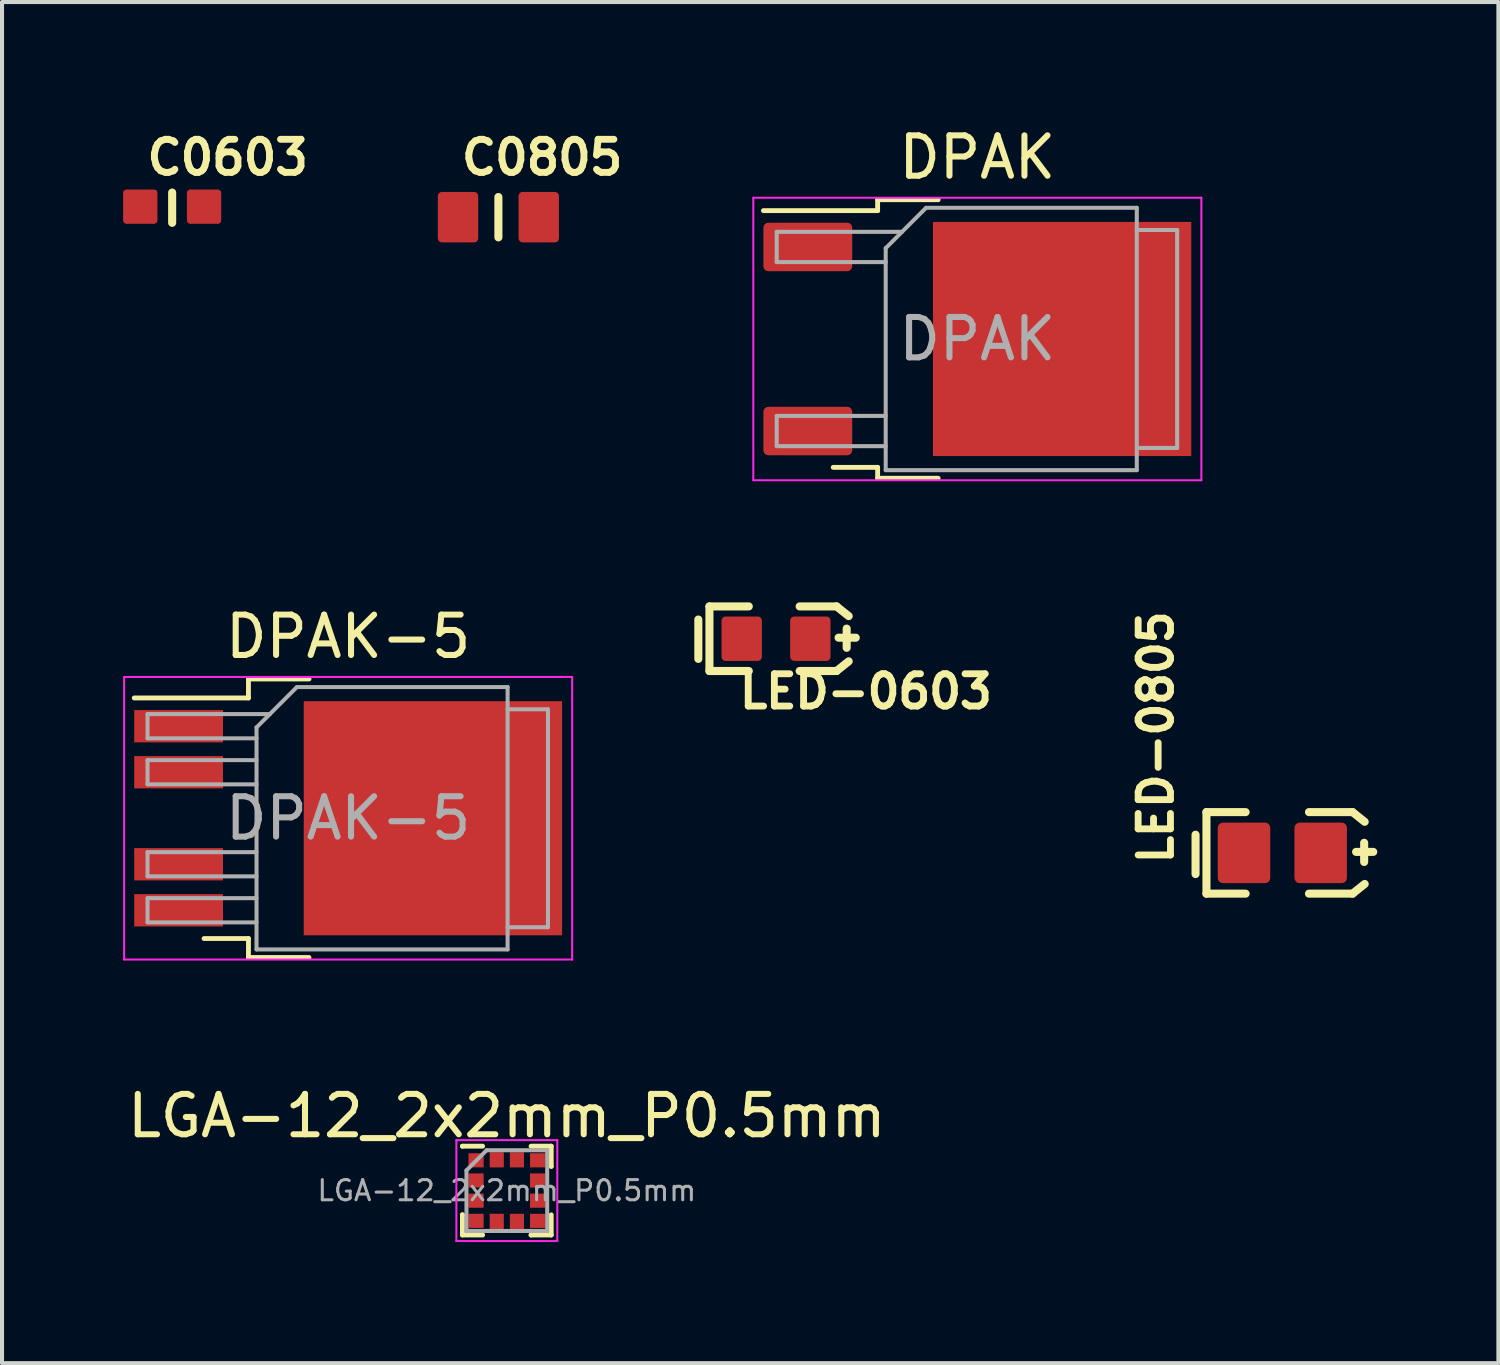
<source format=kicad_pcb>
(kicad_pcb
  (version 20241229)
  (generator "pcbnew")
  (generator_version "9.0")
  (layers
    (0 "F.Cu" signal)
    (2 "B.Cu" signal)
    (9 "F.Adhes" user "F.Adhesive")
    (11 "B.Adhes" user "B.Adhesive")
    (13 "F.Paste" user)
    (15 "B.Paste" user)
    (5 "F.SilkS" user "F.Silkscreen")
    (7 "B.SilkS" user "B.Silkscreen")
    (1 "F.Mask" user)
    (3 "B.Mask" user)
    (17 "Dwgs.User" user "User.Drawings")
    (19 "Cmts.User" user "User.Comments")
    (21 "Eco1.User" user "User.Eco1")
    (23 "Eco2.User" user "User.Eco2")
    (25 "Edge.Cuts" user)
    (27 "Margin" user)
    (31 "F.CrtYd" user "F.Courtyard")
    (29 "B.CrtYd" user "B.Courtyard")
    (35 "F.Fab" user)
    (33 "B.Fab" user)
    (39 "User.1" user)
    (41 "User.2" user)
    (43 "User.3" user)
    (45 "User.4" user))
  (footprint "LED-0805"
    (layer "F.Cu")
    (at 28.718 18.079)
    (property "Reference" "LED-0805" (at -2.665 0.354 90) (unlocked yes) (layer "F.SilkS") (effects (font (size 0.8 0.8) (thickness 0.17)) (justify left bottom)))
    (fp_line (start -2.15 0.525) (end -2.15 -0.45) (stroke (width 0.2) (type solid)) (layer "F.SilkS"))
    (fp_line (start -1.88 -1.01) (end -0.91 -1.01) (stroke (width 0.2) (type solid)) (layer "F.SilkS"))
    (fp_line (start -1.88 1.01) (end -1.88 -1.01) (stroke (width 0.2) (type solid)) (layer "F.SilkS"))
    (fp_line (start -1.88 1.01) (end -0.91 1.01) (stroke (width 0.2) (type solid)) (layer "F.SilkS"))
    (fp_line (start 0.66 -1.01) (end 1.74 -1.01) (stroke (width 0.2) (type solid)) (layer "F.SilkS"))
    (fp_line (start 0.66 1.01) (end 1.74 1.01) (stroke (width 0.2) (type solid)) (layer "F.SilkS"))
    (fp_line (start 1.74 -1.01) (end 2.04 -0.77) (stroke (width 0.2) (type solid)) (layer "F.SilkS"))
    (fp_line (start 1.74 1.01) (end 2.04 0.77) (stroke (width 0.2) (type solid)) (layer "F.SilkS"))
    (fp_line (start 1.827 -0.025) (end 2.252 -0.025) (stroke (width 0.2) (type solid)) (layer "F.SilkS"))
    (fp_line (start 2.027 0.225) (end 2.027 -0.25) (stroke (width 0.2) (type solid)) (layer "F.SilkS"))
    (pad "1" smd roundrect (at 0.95 0) (size 1.3 1.5) (layers "F.Cu" "F.Mask" "F.Paste") (roundrect_rratio 0.1))
    (pad "2" smd roundrect (at -0.95 0) (size 1.3 1.5) (layers "F.Cu" "F.Mask" "F.Paste") (roundrect_rratio 0.1)))
  (footprint "LGA-12_2x2mm_P0.5mm"
    (layer "F.Cu")
    (at 9.506 26.445)
    (property "Reference" "LGA-12_2x2mm_P0.5mm" (at 0 -1.85 0) (layer "F.SilkS") (effects (font (size 1 1) (thickness 0.15))))
    (attr smd)
    (fp_line (start -1.1 -1.1) (end -1.1 -1.1) (stroke (width 0.12) (type solid)) (layer "F.SilkS"))
    (fp_line (start -1.1 0.6) (end -1.1 0.6) (stroke (width 0.12) (type solid)) (layer "F.SilkS"))
    (fp_line (start -1.1 1.1) (end -1.1 0.6) (stroke (width 0.12) (type solid)) (layer "F.SilkS"))
    (fp_line (start -0.6 -1.1) (end -1.1 -1.1) (stroke (width 0.12) (type solid)) (layer "F.SilkS"))
    (fp_line (start -0.6 1.1) (end -1.1 1.1) (stroke (width 0.12) (type solid)) (layer "F.SilkS"))
    (fp_line (start 0.6 -1.1) (end 1.1 -1.1) (stroke (width 0.12) (type solid)) (layer "F.SilkS"))
    (fp_line (start 0.6 1.1) (end 0.6 1.1) (stroke (width 0.12) (type solid)) (layer "F.SilkS"))
    (fp_line (start 1.1 -1.1) (end 1.1 -0.6) (stroke (width 0.12) (type solid)) (layer "F.SilkS"))
    (fp_line (start 1.1 -0.6) (end 1.1 -0.6) (stroke (width 0.12) (type solid)) (layer "F.SilkS"))
    (fp_line (start 1.1 0.6) (end 1.1 1.1) (stroke (width 0.12) (type solid)) (layer "F.SilkS"))
    (fp_line (start 1.1 1.1) (end 0.6 1.1) (stroke (width 0.12) (type solid)) (layer "F.SilkS"))
    (fp_line (start -1.25 -1.25) (end 1.25 -1.25) (stroke (width 0.05) (type solid)) (layer "F.CrtYd"))
    (fp_line (start -1.25 1.25) (end -1.25 -1.25) (stroke (width 0.05) (type solid)) (layer "F.CrtYd"))
    (fp_line (start 1.25 -1.25) (end 1.25 1.25) (stroke (width 0.05) (type solid)) (layer "F.CrtYd"))
    (fp_line (start 1.25 1.25) (end -1.25 1.25) (stroke (width 0.05) (type solid)) (layer "F.CrtYd"))
    (fp_line (start -1 -0.5) (end -0.5 -1) (stroke (width 0.1) (type solid)) (layer "F.Fab"))
    (fp_line (start -1 1) (end -1 -0.5) (stroke (width 0.1) (type solid)) (layer "F.Fab"))
    (fp_line (start -0.5 -1) (end 1 -1) (stroke (width 0.1) (type solid)) (layer "F.Fab"))
    (fp_line (start 1 -1) (end 1 1) (stroke (width 0.1) (type solid)) (layer "F.Fab"))
    (fp_line (start 1 1) (end -1 1) (stroke (width 0.1) (type solid)) (layer "F.Fab"))
    (fp_text user "${REFERENCE}" (at 0 0 0) (layer "F.Fab") (effects (font (size 0.5 0.5) (thickness 0.075))))
    (pad "1" smd rect (at -0.762 -0.75) (size 0.375 0.35) (layers "F.Cu" "F.Mask" "F.Paste"))
    (pad "2" smd rect (at -0.762 -0.25) (size 0.375 0.35) (layers "F.Cu" "F.Mask" "F.Paste"))
    (pad "3" smd rect (at -0.762 0.25) (size 0.375 0.35) (layers "F.Cu" "F.Mask" "F.Paste"))
    (pad "4" smd rect (at -0.762 0.75) (size 0.375 0.35) (layers "F.Cu" "F.Mask" "F.Paste"))
    (pad "5" smd rect (at -0.25 0.762 90) (size 0.375 0.35) (layers "F.Cu" "F.Mask" "F.Paste"))
    (pad "6" smd rect (at 0.25 0.762 90) (size 0.375 0.35) (layers "F.Cu" "F.Mask" "F.Paste"))
    (pad "7" smd rect (at 0.762 0.75) (size 0.375 0.35) (layers "F.Cu" "F.Mask" "F.Paste"))
    (pad "8" smd rect (at 0.762 0.25) (size 0.375 0.35) (layers "F.Cu" "F.Mask" "F.Paste"))
    (pad "9" smd rect (at 0.762 -0.25) (size 0.375 0.35) (layers "F.Cu" "F.Mask" "F.Paste"))
    (pad "10" smd rect (at 0.762 -0.75) (size 0.375 0.35) (layers "F.Cu" "F.Mask" "F.Paste"))
    (pad "11" smd rect (at 0.25 -0.762 90) (size 0.375 0.35) (layers "F.Cu" "F.Mask" "F.Paste"))
    (pad "12" smd rect (at -0.25 -0.762 90) (size 0.375 0.35) (layers "F.Cu" "F.Mask" "F.Paste")))
  (footprint "DPAK"
    (layer "F.Cu")
    (at 20.062 5.348)
    (property "Reference" "DPAK" (at 1.1 -4.5 0) (layer "F.SilkS") (effects (font (size 1 1) (thickness 0.15))))
    (attr smd)
    (fp_line (start -1.37 -3.45) (end -1.37 -3.18) (stroke (width 0.12) (type solid)) (layer "F.SilkS"))
    (fp_line (start -1.37 -3.18) (end -4.2 -3.18) (stroke (width 0.12) (type solid)) (layer "F.SilkS"))
    (fp_line (start -1.37 3.18) (end -2.47 3.18) (stroke (width 0.12) (type solid)) (layer "F.SilkS"))
    (fp_line (start -1.37 3.45) (end -1.37 3.18) (stroke (width 0.12) (type solid)) (layer "F.SilkS"))
    (fp_line (start 0.13 -3.45) (end -1.37 -3.45) (stroke (width 0.12) (type solid)) (layer "F.SilkS"))
    (fp_line (start 0.13 3.45) (end -1.37 3.45) (stroke (width 0.12) (type solid)) (layer "F.SilkS"))
    (fp_line (start -4.45 -3.5) (end -4.45 3.5) (stroke (width 0.05) (type solid)) (layer "F.CrtYd"))
    (fp_line (start -4.45 3.5) (end 6.65 3.5) (stroke (width 0.05) (type solid)) (layer "F.CrtYd"))
    (fp_line (start 6.65 -3.5) (end -4.45 -3.5) (stroke (width 0.05) (type solid)) (layer "F.CrtYd"))
    (fp_line (start 6.65 3.5) (end 6.65 -3.5) (stroke (width 0.05) (type solid)) (layer "F.CrtYd"))
    (fp_line (start -3.87 -2.655) (end -3.87 -1.905) (stroke (width 0.1) (type solid)) (layer "F.Fab"))
    (fp_line (start -3.87 -1.905) (end -1.17 -1.905) (stroke (width 0.1) (type solid)) (layer "F.Fab"))
    (fp_line (start -3.87 1.905) (end -3.87 2.655) (stroke (width 0.1) (type solid)) (layer "F.Fab"))
    (fp_line (start -3.87 2.655) (end -1.17 2.655) (stroke (width 0.1) (type solid)) (layer "F.Fab"))
    (fp_line (start -1.17 -2.25) (end -0.17 -3.25) (stroke (width 0.1) (type solid)) (layer "F.Fab"))
    (fp_line (start -1.17 1.905) (end -3.87 1.905) (stroke (width 0.1) (type solid)) (layer "F.Fab"))
    (fp_line (start -1.17 3.25) (end -1.17 -2.25) (stroke (width 0.1) (type solid)) (layer "F.Fab"))
    (fp_line (start -0.765 -2.655) (end -3.87 -2.655) (stroke (width 0.1) (type solid)) (layer "F.Fab"))
    (fp_line (start -0.17 -3.25) (end 5.05 -3.25) (stroke (width 0.1) (type solid)) (layer "F.Fab"))
    (fp_line (start 5.05 -3.25) (end 5.05 3.25) (stroke (width 0.1) (type solid)) (layer "F.Fab"))
    (fp_line (start 5.05 -2.7) (end 6.05 -2.7) (stroke (width 0.1) (type solid)) (layer "F.Fab"))
    (fp_line (start 5.05 3.25) (end -1.17 3.25) (stroke (width 0.1) (type solid)) (layer "F.Fab"))
    (fp_line (start 6.05 -2.7) (end 6.05 2.7) (stroke (width 0.1) (type solid)) (layer "F.Fab"))
    (fp_line (start 6.05 2.7) (end 5.05 2.7) (stroke (width 0.1) (type solid)) (layer "F.Fab"))
    (fp_text user "${REFERENCE}" (at 1.1 0 0) (layer "F.Fab") (effects (font (size 1 1) (thickness 0.15))))
    (pad "" smd rect (at 1.525 -1.525) (size 3.05 2.75) (layers "F.Paste"))
    (pad "" smd rect (at 1.525 1.525) (size 3.05 2.75) (layers "F.Paste"))
    (pad "" smd rect (at 4.875 -1.525) (size 3.05 2.75) (layers "F.Paste"))
    (pad "" smd rect (at 4.875 1.525) (size 3.05 2.75) (layers "F.Paste"))
    (pad "1" smd roundrect (at -3.1 -2.28) (size 2.2 1.2) (layers "F.Cu" "F.Mask" "F.Paste") (roundrect_rratio 0.1))
    (pad "2" smd rect (at 3.2 0) (size 6.4 5.8) (layers "F.Cu" "F.Mask"))
    (pad "3" smd roundrect (at -3.1 2.28) (size 2.2 1.2) (layers "F.Cu" "F.Mask" "F.Paste") (roundrect_rratio 0.1)))
  (footprint "C0603"
    (layer "F.Cu")
    (at 1.215 2.07)
    (property "Reference" "C0603" (at -0.708 -0.74 0) (unlocked yes) (layer "F.SilkS") (effects (font (size 0.82 0.82) (thickness 0.17)) (justify left bottom)))
    (fp_line (start 0 -0.35) (end 0 0.4) (stroke (width 0.2) (type solid)) (layer "F.SilkS"))
    (pad "1" smd roundrect (at -0.79 0) (size 0.85 0.85) (layers "F.Cu" "F.Mask" "F.Paste") (roundrect_rratio 0.1))
    (pad "2" smd roundrect (at 0.79 0) (size 0.85 0.85) (layers "F.Cu" "F.Mask" "F.Paste") (roundrect_rratio 0.1)))
  (footprint "LED-0603"
    (layer "F.Cu")
    (at 16.225 12.723)
    (property "Reference" "LED-0603" (at -1.041 1.825 0) (unlocked yes) (layer "F.SilkS") (effects (font (size 0.8 0.8) (thickness 0.17)) (justify left bottom)))
    (fp_line (start -1.975 -0.425) (end -1.975 0.55) (stroke (width 0.2) (type solid)) (layer "F.SilkS"))
    (fp_line (start -1.7 -0.75) (end -1.7 0.85) (stroke (width 0.2) (type solid)) (layer "F.SilkS"))
    (fp_line (start -1.7 -0.75) (end -0.725 -0.75) (stroke (width 0.2) (type solid)) (layer "F.SilkS"))
    (fp_line (start -1.7 0.85) (end -0.725 0.85) (stroke (width 0.2) (type solid)) (layer "F.SilkS"))
    (fp_line (start 0.535 -0.75) (end 1.45 -0.75) (stroke (width 0.2) (type solid)) (layer "F.SilkS"))
    (fp_line (start 0.535 0.85) (end 1.45 0.85) (stroke (width 0.2) (type solid)) (layer "F.SilkS"))
    (fp_line (start 1.45 -0.75) (end 1.75 -0.51) (stroke (width 0.2) (type solid)) (layer "F.SilkS"))
    (fp_line (start 1.5 0.025) (end 1.925 0.025) (stroke (width 0.2) (type solid)) (layer "F.SilkS"))
    (fp_line (start 1.7 -0.2) (end 1.7 0.275) (stroke (width 0.2) (type solid)) (layer "F.SilkS"))
    (fp_line (start 1.75 0.61) (end 1.45 0.85) (stroke (width 0.2) (type solid)) (layer "F.SilkS"))
    (pad "1" smd roundrect (at 0.8 0.05 180) (size 1 1.1) (layers "F.Cu" "F.Mask" "F.Paste") (roundrect_rratio 0.1))
    (pad "2" smd roundrect (at -0.9 0.05 180) (size 1 1.1) (layers "F.Cu" "F.Mask" "F.Paste") (roundrect_rratio 0.1)))
  (footprint "C0805"
    (layer "F.Cu")
    (at 9.297 2.33)
    (property "Reference" "C0805" (at -1 -1 0) (unlocked yes) (layer "F.SilkS") (effects (font (size 0.82 0.82) (thickness 0.17)) (justify left bottom)))
    (fp_line (start 0 -0.5) (end 0 0.5) (stroke (width 0.2) (type solid)) (layer "F.SilkS"))
    (pad "1" smd roundrect (at -1 0) (size 1 1.25) (layers "F.Cu" "F.Mask" "F.Paste") (roundrect_rratio 0.1))
    (pad "2" smd roundrect (at 1 0) (size 1 1.25) (layers "F.Cu" "F.Mask" "F.Paste") (roundrect_rratio 0.1)))
  (footprint "DPAK-5"
    (layer "F.Cu")
    (at 5.575 17.221)
    (property "Reference" "DPAK-5" (at 0 -4.5 0) (layer "F.SilkS") (effects (font (size 1 1) (thickness 0.15))))
    (attr smd)
    (fp_line (start -2.47 -3.45) (end -2.47 -2.98) (stroke (width 0.12) (type solid)) (layer "F.SilkS"))
    (fp_line (start -2.47 -2.98) (end -5.3 -2.98) (stroke (width 0.12) (type solid)) (layer "F.SilkS"))
    (fp_line (start -2.47 2.98) (end -3.57 2.98) (stroke (width 0.12) (type solid)) (layer "F.SilkS"))
    (fp_line (start -2.47 3.45) (end -2.47 2.98) (stroke (width 0.12) (type solid)) (layer "F.SilkS"))
    (fp_line (start -0.97 -3.45) (end -2.47 -3.45) (stroke (width 0.12) (type solid)) (layer "F.SilkS"))
    (fp_line (start -0.97 3.45) (end -2.47 3.45) (stroke (width 0.12) (type solid)) (layer "F.SilkS"))
    (fp_line (start -5.55 -3.5) (end -5.55 3.5) (stroke (width 0.05) (type solid)) (layer "F.CrtYd"))
    (fp_line (start -5.55 3.5) (end 5.55 3.5) (stroke (width 0.05) (type solid)) (layer "F.CrtYd"))
    (fp_line (start 5.55 -3.5) (end -5.55 -3.5) (stroke (width 0.05) (type solid)) (layer "F.CrtYd"))
    (fp_line (start 5.55 3.5) (end 5.55 -3.5) (stroke (width 0.05) (type solid)) (layer "F.CrtYd"))
    (fp_line (start -4.97 -2.58) (end -4.97 -1.98) (stroke (width 0.1) (type solid)) (layer "F.Fab"))
    (fp_line (start -4.97 -1.98) (end -2.27 -1.98) (stroke (width 0.1) (type solid)) (layer "F.Fab"))
    (fp_line (start -4.97 -1.44) (end -4.97 -0.84) (stroke (width 0.1) (type solid)) (layer "F.Fab"))
    (fp_line (start -4.97 -0.84) (end -2.27 -0.84) (stroke (width 0.1) (type solid)) (layer "F.Fab"))
    (fp_line (start -4.97 0.84) (end -4.97 1.44) (stroke (width 0.1) (type solid)) (layer "F.Fab"))
    (fp_line (start -4.97 1.44) (end -2.27 1.44) (stroke (width 0.1) (type solid)) (layer "F.Fab"))
    (fp_line (start -4.97 1.98) (end -4.97 2.58) (stroke (width 0.1) (type solid)) (layer "F.Fab"))
    (fp_line (start -4.97 2.58) (end -2.27 2.58) (stroke (width 0.1) (type solid)) (layer "F.Fab"))
    (fp_line (start -2.27 -2.25) (end -1.27 -3.25) (stroke (width 0.1) (type solid)) (layer "F.Fab"))
    (fp_line (start -2.27 -1.44) (end -4.97 -1.44) (stroke (width 0.1) (type solid)) (layer "F.Fab"))
    (fp_line (start -2.27 0.84) (end -4.97 0.84) (stroke (width 0.1) (type solid)) (layer "F.Fab"))
    (fp_line (start -2.27 1.98) (end -4.97 1.98) (stroke (width 0.1) (type solid)) (layer "F.Fab"))
    (fp_line (start -2.27 3.25) (end -2.27 -2.25) (stroke (width 0.1) (type solid)) (layer "F.Fab"))
    (fp_line (start -1.94 -2.58) (end -4.97 -2.58) (stroke (width 0.1) (type solid)) (layer "F.Fab"))
    (fp_line (start -1.27 -3.25) (end 3.95 -3.25) (stroke (width 0.1) (type solid)) (layer "F.Fab"))
    (fp_line (start 3.95 -3.25) (end 3.95 3.25) (stroke (width 0.1) (type solid)) (layer "F.Fab"))
    (fp_line (start 3.95 -2.7) (end 4.95 -2.7) (stroke (width 0.1) (type solid)) (layer "F.Fab"))
    (fp_line (start 3.95 3.25) (end -2.27 3.25) (stroke (width 0.1) (type solid)) (layer "F.Fab"))
    (fp_line (start 4.95 -2.7) (end 4.95 2.7) (stroke (width 0.1) (type solid)) (layer "F.Fab"))
    (fp_line (start 4.95 2.7) (end 3.95 2.7) (stroke (width 0.1) (type solid)) (layer "F.Fab"))
    (fp_text user "${REFERENCE}" (at 0 0 0) (layer "F.Fab") (effects (font (size 1 1) (thickness 0.15))))
    (pad "" smd rect (at 0.425 -1.525) (size 3.05 2.75) (layers "F.Paste"))
    (pad "" smd rect (at 0.425 1.525) (size 3.05 2.75) (layers "F.Paste"))
    (pad "" smd rect (at 3.775 -1.525) (size 3.05 2.75) (layers "F.Paste"))
    (pad "" smd rect (at 3.775 1.525) (size 3.05 2.75) (layers "F.Paste"))
    (pad "1" smd rect (at -4.2 -2.28) (size 2.2 0.8) (layers "F.Cu" "F.Mask" "F.Paste"))
    (pad "2" smd rect (at -4.2 -1.14) (size 2.2 0.8) (layers "F.Cu" "F.Mask" "F.Paste"))
    (pad "3" smd rect (at 2.1 0) (size 6.4 5.8) (layers "F.Cu" "F.Mask"))
    (pad "4" smd rect (at -4.2 1.14) (size 2.2 0.8) (layers "F.Cu" "F.Mask" "F.Paste"))
    (pad "5" smd rect (at -4.2 2.28) (size 2.2 0.8) (layers "F.Cu" "F.Mask" "F.Paste")))
  (gr_rect
    (start -3 -3)
    (end 34.07 30.72)
    (stroke (width 0.1) (type default))
    (fill no)
    (layer "Edge.Cuts")))
</source>
